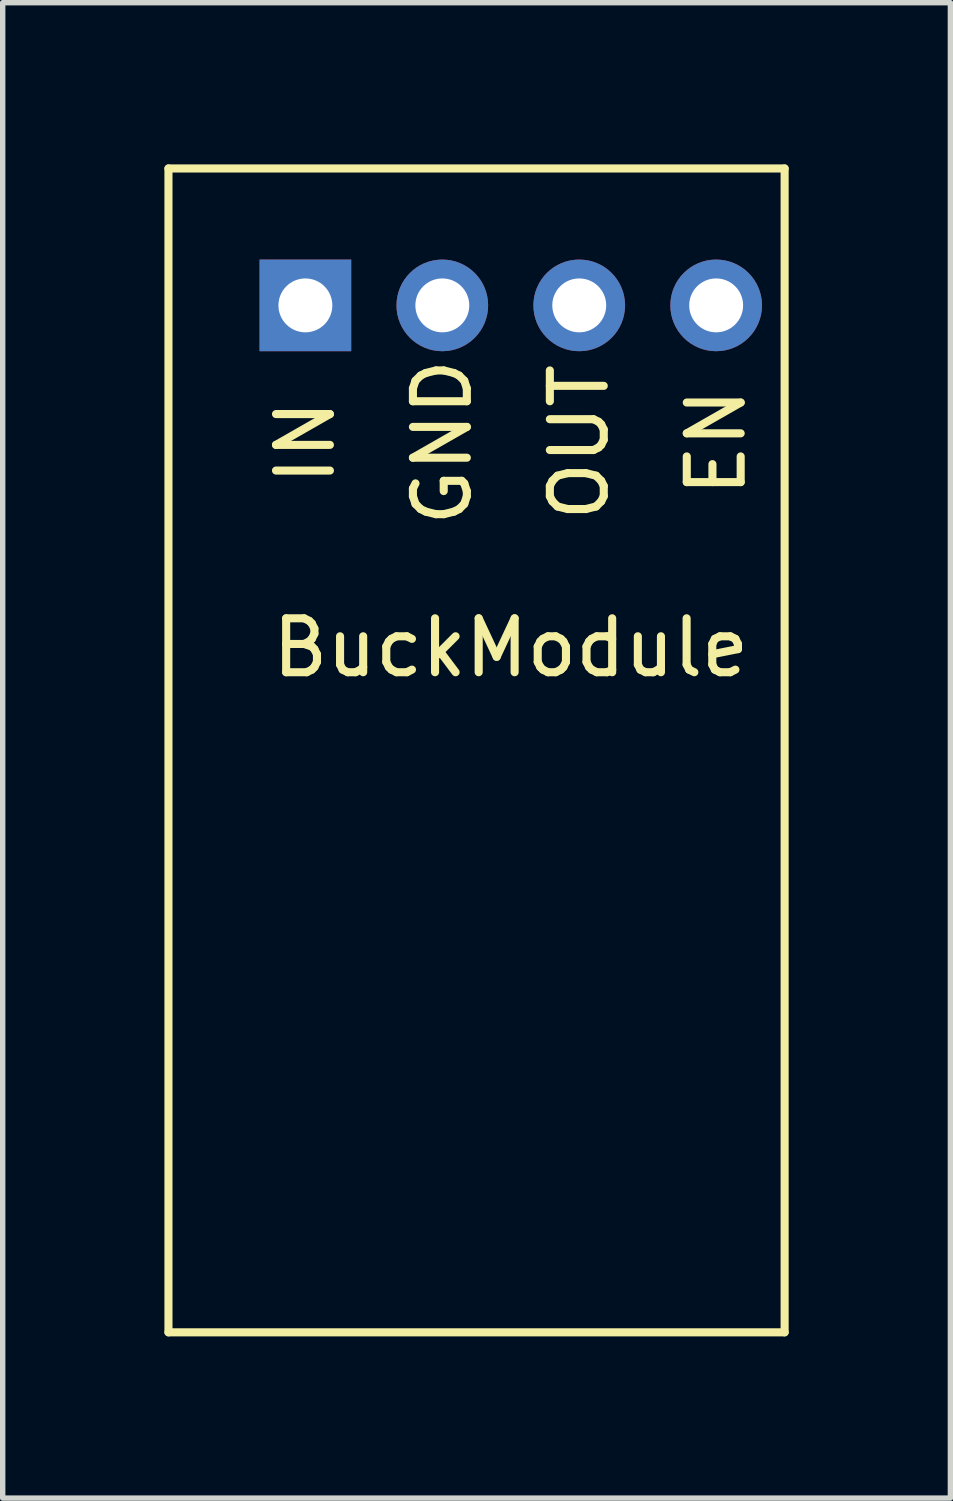
<source format=kicad_pcb>
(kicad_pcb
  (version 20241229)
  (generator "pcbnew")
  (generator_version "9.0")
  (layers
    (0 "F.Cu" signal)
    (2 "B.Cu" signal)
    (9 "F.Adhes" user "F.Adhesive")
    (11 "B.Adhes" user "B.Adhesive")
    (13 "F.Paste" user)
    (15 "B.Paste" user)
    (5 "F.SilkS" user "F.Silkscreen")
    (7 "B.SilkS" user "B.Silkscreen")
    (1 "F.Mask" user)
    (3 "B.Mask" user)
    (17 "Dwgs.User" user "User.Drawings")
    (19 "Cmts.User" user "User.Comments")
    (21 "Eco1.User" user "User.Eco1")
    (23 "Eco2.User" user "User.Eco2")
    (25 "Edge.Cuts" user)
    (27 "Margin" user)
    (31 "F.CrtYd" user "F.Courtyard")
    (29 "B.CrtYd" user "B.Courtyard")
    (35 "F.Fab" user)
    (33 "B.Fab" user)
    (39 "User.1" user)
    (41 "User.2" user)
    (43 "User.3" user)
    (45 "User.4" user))
  (footprint "BuckModule"
    (layer "F.Cu")
    (at 5.155 2.615)
    (property "Reference" "BuckModule" (at 1.27 6.35 0) (layer "F.SilkS") (effects (font (size 1 1) (thickness 0.15))))
    (attr through_hole)
    (fp_line (start -5.08 -2.54) (end -5.08 19.05) (stroke (width 0.15) (type solid)) (layer "F.SilkS"))
    (fp_line (start -5.08 -2.54) (end 6.35 -2.54) (stroke (width 0.15) (type solid)) (layer "F.SilkS"))
    (fp_line (start 6.35 19.05) (end -5.08 19.05) (stroke (width 0.15) (type solid)) (layer "F.SilkS"))
    (fp_line (start 6.35 19.05) (end 6.35 -2.54) (stroke (width 0.15) (type solid)) (layer "F.SilkS"))
    (fp_text user "OUT" (at 2.54 2.54 90) (layer "F.SilkS") (effects (font (size 1 1) (thickness 0.15))))
    (fp_text user "GND" (at 0 2.54 90) (layer "F.SilkS") (effects (font (size 1 1) (thickness 0.15))))
    (fp_text user "IN" (at -2.54 2.54 90) (layer "F.SilkS") (effects (font (size 1 1) (thickness 0.15))))
    (fp_text user "EN" (at 5.08 2.54 90) (layer "F.SilkS") (effects (font (size 1 1) (thickness 0.15))))
    (pad "1" thru_hole rect (at -2.54 0) (size 1.7 1.7) (drill 1) (layers "*.Cu" "*.Mask"))
    (pad "2" thru_hole circle (at 0 0) (size 1.7 1.7) (drill 1) (layers "*.Cu" "*.Mask"))
    (pad "3" thru_hole circle (at 2.54 0) (size 1.7 1.7) (drill 1) (layers "*.Cu" "*.Mask"))
    (pad "4" thru_hole circle (at 5.08 0) (size 1.7 1.7) (drill 1) (layers "*.Cu" "*.Mask")))
  (gr_rect
    (start -3 -3)
    (end 14.58 24.74)
    (stroke (width 0.1) (type default))
    (fill no)
    (layer "Edge.Cuts")))
</source>
